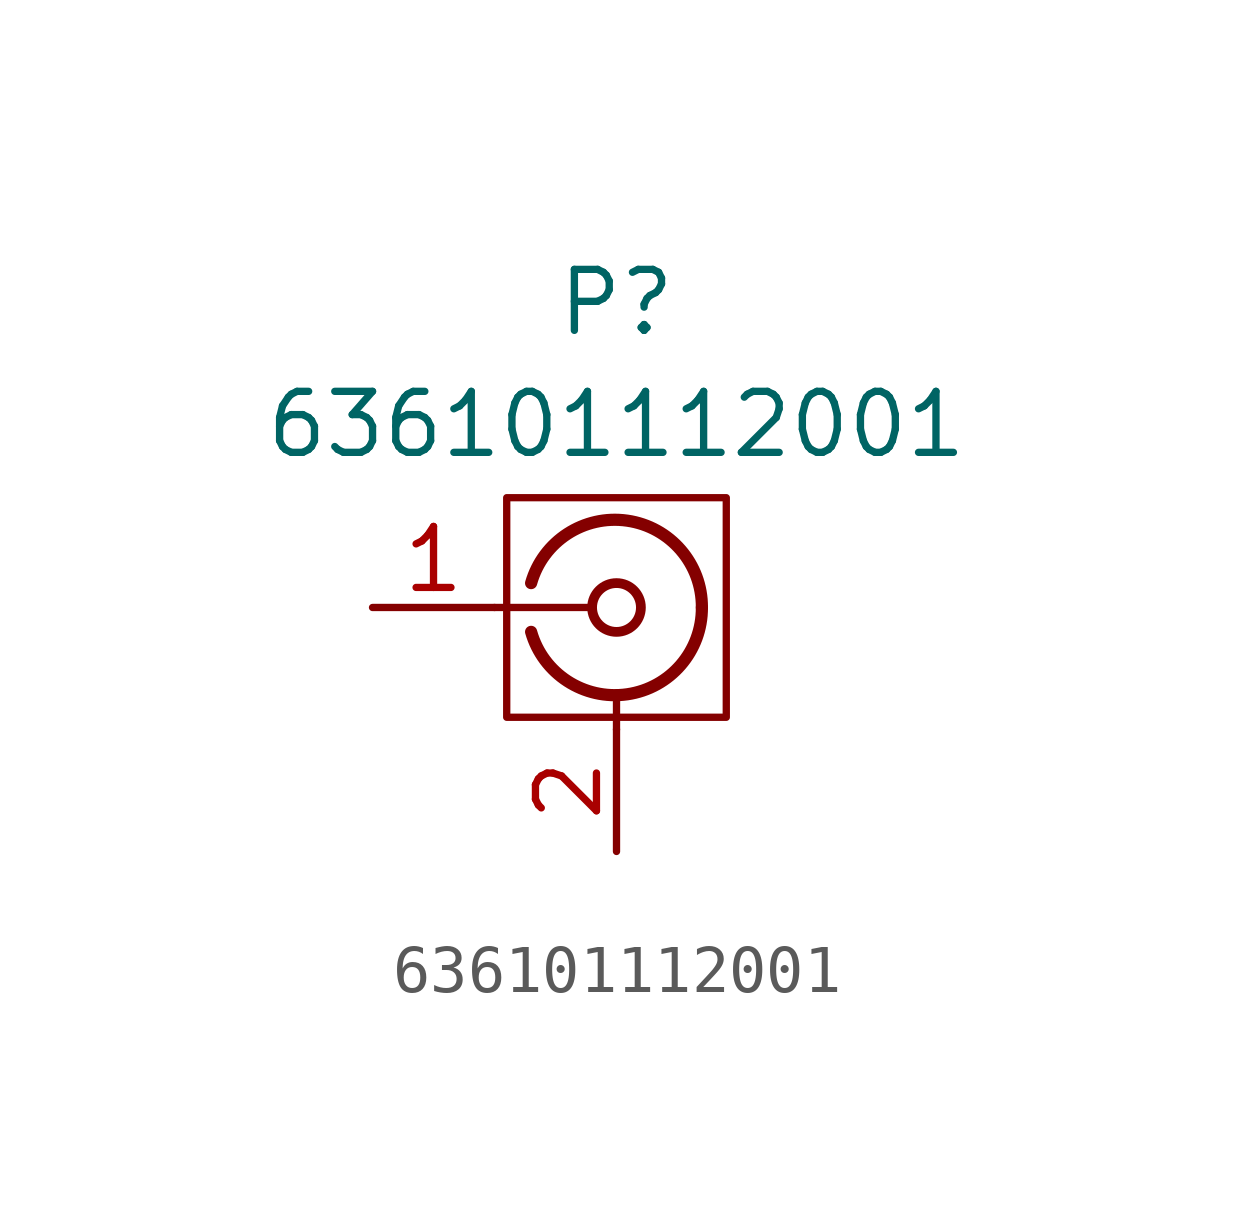
<source format=kicad_sym>
(kicad_symbol_lib
  (version 20211014)
  (generator kicad_symbol_editor)
  (symbol "636101112001"
    (pin_names
      (offset 1.016) hide)
    (property "Reference" "P"
      (at 0 6.35 0)
      (effects (font (size 1.27 1.27))))
    (property "Value" "636101112001"
      (at 0 3.81 0)
      (effects (font (size 1.27 1.27))))
    (symbol "636101112001_0_1"
      (rectangle (start -2.286 2.286) (end 2.286 -2.286) (stroke (width 0) (type default) (color 0 0 0 0)) (fill (type none)))
      (arc (start -1.778 -0.508) (mid 0.222 -1.808) (end 1.778 0) (stroke (width 0.254) (type default) (color 0 0 0 0)) (fill (type none)))
      (polyline (pts (xy -2.54 0) (xy -0.508 0)) (stroke (width 0) (type default) (color 0 0 0 0)) (fill (type none)))
      (polyline (pts (xy 0 -2.54) (xy 0 -1.778)) (stroke (width 0) (type default) (color 0 0 0 0)) (fill (type none)))
      (circle (center 0 0) (radius 0.508) (stroke (width 0.203) (type default) (color 0 0 0 0)) (fill (type none)))
      (arc (start 1.778 0) (mid 0.222 1.8083) (end -1.778 0.508) (stroke (width 0.254) (type default) (color 0 0 0 0)) (fill (type none))))
    (symbol "636101112001_1_1"
      (pin passive line (at -5.08 0 0) (length 2.54) (name "In" (effects (font (size 1.27 1.27)))) (number "1" (effects (font (size 1.27 1.27)))))
      (pin passive line (at 0 -5.08 90) (length 2.54) (name "Ext" (effects (font (size 1.27 1.27)))) (number "2" (effects (font (size 1.27 1.27))))))))
</source>
